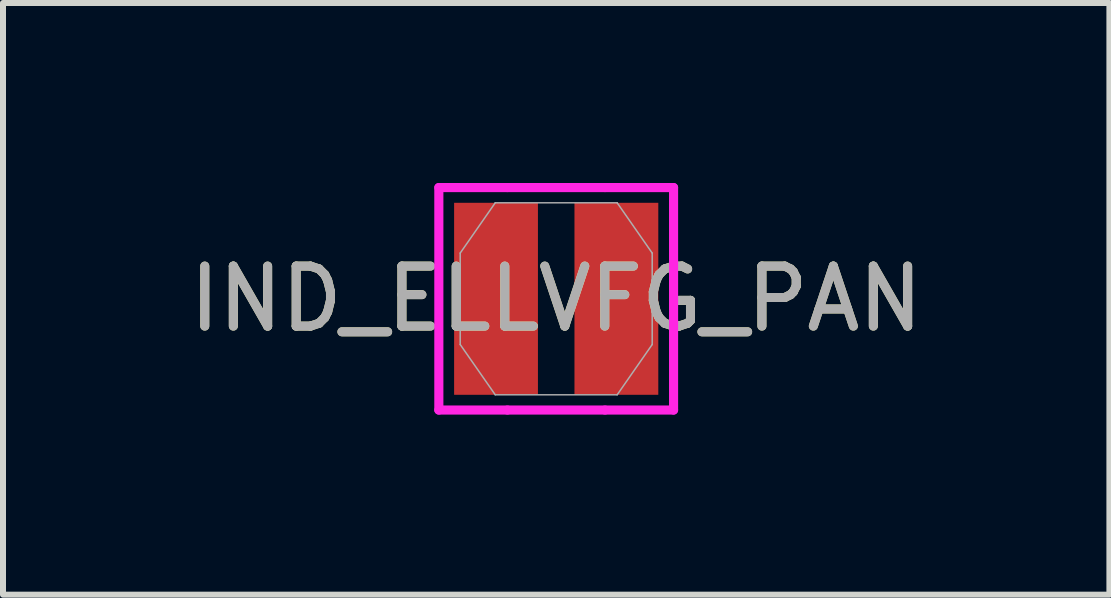
<source format=kicad_pcb>
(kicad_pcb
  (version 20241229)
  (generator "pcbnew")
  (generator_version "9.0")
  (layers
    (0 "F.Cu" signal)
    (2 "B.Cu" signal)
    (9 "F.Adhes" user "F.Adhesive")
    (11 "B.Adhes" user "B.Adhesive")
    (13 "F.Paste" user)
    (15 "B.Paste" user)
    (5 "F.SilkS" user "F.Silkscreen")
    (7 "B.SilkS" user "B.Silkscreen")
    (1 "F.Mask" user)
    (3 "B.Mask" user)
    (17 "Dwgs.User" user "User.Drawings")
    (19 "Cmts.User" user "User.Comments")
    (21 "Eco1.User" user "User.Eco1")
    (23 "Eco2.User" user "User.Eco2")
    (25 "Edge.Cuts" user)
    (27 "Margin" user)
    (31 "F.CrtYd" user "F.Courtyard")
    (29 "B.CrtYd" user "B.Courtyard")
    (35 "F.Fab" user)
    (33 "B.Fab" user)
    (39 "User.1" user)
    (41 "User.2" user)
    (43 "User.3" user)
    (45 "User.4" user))
  (footprint "IND_ELLVFG_PAN"
    (layer "F.Cu")
    (at 6.22 1.93)
    (property "Reference" "IND_ELLVFG_PAN" (at 0 0 0) (unlocked yes) (layer "F.SilkS") (effects (font (size 1 1) (thickness 0.15))))
    (attr smd)
    (fp_line (start -1.956 -1.854) (end -0.813 -1.854) (stroke (width 0.152) (type solid)) (layer "F.CrtYd"))
    (fp_line (start -1.956 1.854) (end -1.956 -1.854) (stroke (width 0.152) (type solid)) (layer "F.CrtYd"))
    (fp_line (start -0.813 -1.854) (end 0.813 -1.854) (stroke (width 0.152) (type solid)) (layer "F.CrtYd"))
    (fp_line (start -0.813 1.854) (end -1.956 1.854) (stroke (width 0.152) (type solid)) (layer "F.CrtYd"))
    (fp_line (start 0.813 -1.854) (end 1.956 -1.854) (stroke (width 0.152) (type solid)) (layer "F.CrtYd"))
    (fp_line (start 0.813 1.854) (end -0.813 1.854) (stroke (width 0.152) (type solid)) (layer "F.CrtYd"))
    (fp_line (start 1.956 -1.854) (end 1.956 1.854) (stroke (width 0.152) (type solid)) (layer "F.CrtYd"))
    (fp_line (start 1.956 1.854) (end 0.813 1.854) (stroke (width 0.152) (type solid)) (layer "F.CrtYd"))
    (fp_line (start -1.6 -0.762) (end -1.016 -1.6) (stroke (width 0.025) (type solid)) (layer "F.Fab"))
    (fp_line (start -1.6 0.762) (end -1.6 -0.762) (stroke (width 0.025) (type solid)) (layer "F.Fab"))
    (fp_line (start -1.016 -1.6) (end 1.016 -1.6) (stroke (width 0.025) (type solid)) (layer "F.Fab"))
    (fp_line (start -1.016 1.6) (end -1.6 0.762) (stroke (width 0.025) (type solid)) (layer "F.Fab"))
    (fp_line (start 1.016 -1.6) (end 1.6 -0.762) (stroke (width 0.025) (type solid)) (layer "F.Fab"))
    (fp_line (start 1.016 1.6) (end -1.016 1.6) (stroke (width 0.025) (type solid)) (layer "F.Fab"))
    (fp_line (start 1.6 -0.762) (end 1.6 0.762) (stroke (width 0.025) (type solid)) (layer "F.Fab"))
    (fp_line (start 1.6 0.762) (end 1.016 1.6) (stroke (width 0.025) (type solid)) (layer "F.Fab"))
    (fp_text user "${REFERENCE}" (at 0 0 0) (unlocked yes) (layer "F.Fab") (effects (font (size 1 1) (thickness 0.15))))
    (pad "1" smd rect (at -1.003 0) (size 1.397 3.2) (layers "F.Cu" "F.Mask" "F.Paste"))
    (pad "2" smd rect (at 1.003 0) (size 1.397 3.2) (layers "F.Cu" "F.Mask" "F.Paste"))
    (zone (net_name "") (layer "F.Cu") (hatch full 0.508) (connect_pads) (min_thickness 0.254) (filled_areas_thickness no) (keepout (tracks not_allowed) (vias not_allowed) (pads allowed) (copperpour not_allowed) (footprints allowed)) (placement (enabled no)) (fill) (polygon (pts (xy 5.966 0.381) (xy 6.474 0.381) (xy 6.474 3.48) (xy 5.966 3.48)))))
  (gr_rect
    (start -3 -3)
    (end 15.44 6.861)
    (stroke (width 0.1) (type default))
    (fill no)
    (layer "Edge.Cuts")))
</source>
